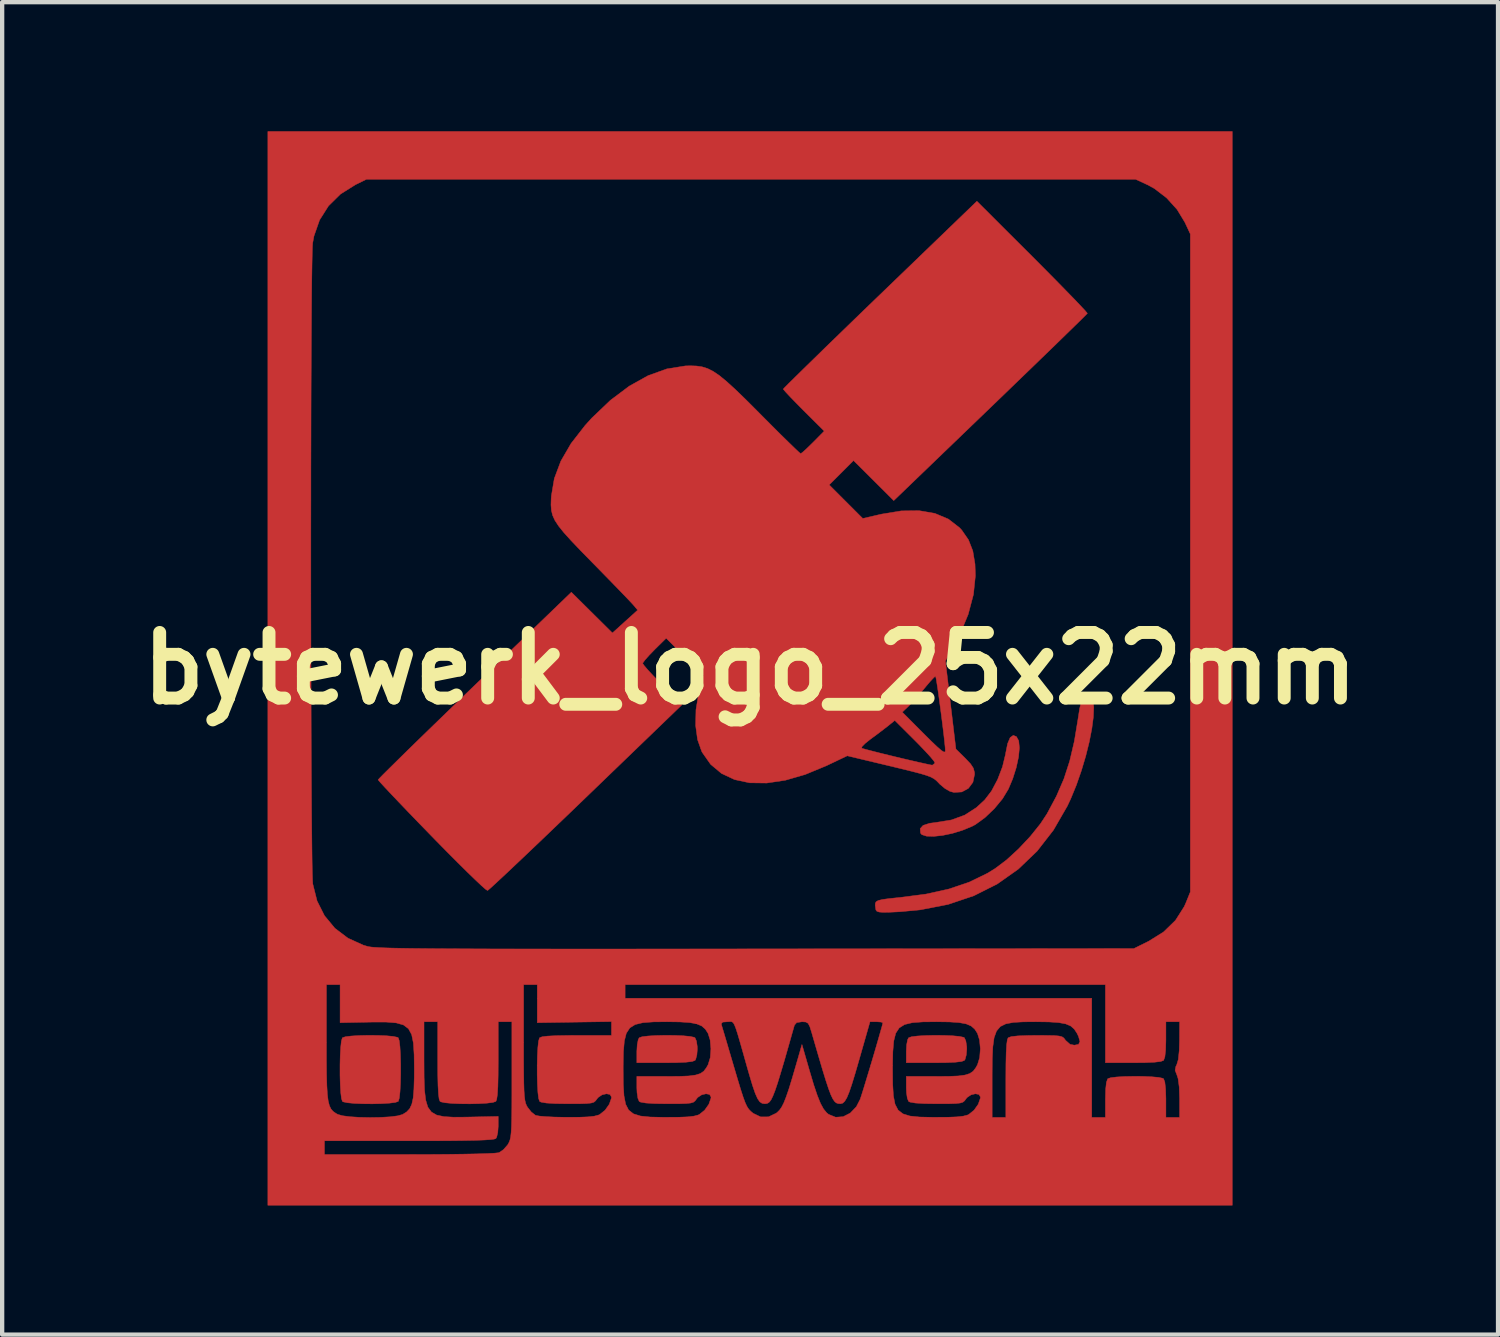
<source format=kicad_pcb>
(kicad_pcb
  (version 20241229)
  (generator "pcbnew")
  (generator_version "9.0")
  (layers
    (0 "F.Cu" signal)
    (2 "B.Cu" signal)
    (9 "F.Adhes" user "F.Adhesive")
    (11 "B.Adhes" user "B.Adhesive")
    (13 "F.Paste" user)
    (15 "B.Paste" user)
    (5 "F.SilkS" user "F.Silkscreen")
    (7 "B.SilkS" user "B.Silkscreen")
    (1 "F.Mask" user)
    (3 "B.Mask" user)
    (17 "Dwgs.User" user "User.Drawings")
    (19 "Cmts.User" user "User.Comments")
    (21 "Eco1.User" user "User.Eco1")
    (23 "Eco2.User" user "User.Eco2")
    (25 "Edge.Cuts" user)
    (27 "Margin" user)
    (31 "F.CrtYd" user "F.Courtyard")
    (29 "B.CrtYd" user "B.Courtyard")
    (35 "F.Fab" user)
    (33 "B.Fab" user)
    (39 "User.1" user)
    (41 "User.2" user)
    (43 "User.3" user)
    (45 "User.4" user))
  (footprint "bytewerk_logo_25x22mm"
    (layer "F.Cu")
    (at 14.376 12.478)
    (property "Reference" "bytewerk_logo_25x22mm" (at 0 0 0) (layer "F.SilkS") (effects (font (size 1.524 1.524) (thickness 0.3))))
    (attr through_hole)
    (fp_poly (pts (xy -1.758 8.527) (xy -1.559 8.535) (xy -1.399 8.55) (xy -1.298 8.571) (xy -1.279 8.582) (xy -1.246 8.657) (xy -1.227 8.785) (xy -1.225 8.845) (xy -1.236 8.982) (xy -1.264 9.085) (xy -1.279 9.108) (xy -1.346 9.133) (xy -1.493 9.15) (xy -1.722 9.16) (xy -1.982 9.162) (xy -2.631 9.162) (xy -2.631 8.899) (xy -2.622 8.747) (xy -2.599 8.628) (xy -2.576 8.582) (xy -2.508 8.558) (xy -2.37 8.541) (xy -2.185 8.53) (xy -1.974 8.525) (xy -1.758 8.527)) (stroke (width 0.01) (type solid)) (fill yes) (layer "F.Cu"))
    (fp_poly (pts (xy 4.501 8.527) (xy 4.7 8.535) (xy 4.86 8.55) (xy 4.961 8.571) (xy 4.98 8.582) (xy 5.013 8.657) (xy 5.033 8.785) (xy 5.035 8.845) (xy 5.023 8.982) (xy 4.995 9.085) (xy 4.98 9.108) (xy 4.913 9.133) (xy 4.766 9.15) (xy 4.537 9.16) (xy 4.277 9.162) (xy 3.629 9.162) (xy 3.629 8.899) (xy 3.637 8.747) (xy 3.66 8.628) (xy 3.683 8.582) (xy 3.752 8.558) (xy 3.889 8.541) (xy 4.074 8.53) (xy 4.285 8.525) (xy 4.501 8.527)) (stroke (width 0.01) (type solid)) (fill yes) (layer "F.Cu"))
    (fp_poly (pts (xy 6.189 1.586) (xy 6.242 1.684) (xy 6.257 1.848) (xy 6.237 2.06) (xy 6.184 2.305) (xy 6.101 2.567) (xy 6.001 2.804) (xy 5.865 3.029) (xy 5.675 3.259) (xy 5.457 3.467) (xy 5.237 3.627) (xy 5.159 3.669) (xy 4.936 3.761) (xy 4.701 3.833) (xy 4.472 3.881) (xy 4.266 3.903) (xy 4.1 3.898) (xy 3.991 3.863) (xy 3.96 3.827) (xy 3.952 3.723) (xy 4.02 3.648) (xy 4.17 3.599) (xy 4.314 3.58) (xy 4.679 3.521) (xy 4.986 3.409) (xy 5.258 3.234) (xy 5.452 3.055) (xy 5.61 2.848) (xy 5.752 2.58) (xy 5.865 2.284) (xy 5.936 1.99) (xy 5.939 1.967) (xy 5.984 1.745) (xy 6.043 1.607) (xy 6.115 1.556) (xy 6.189 1.586)) (stroke (width 0.01) (type solid)) (fill yes) (layer "F.Cu"))
    (fp_poly (pts (xy -8.652 8.527) (xy -8.454 8.535) (xy -8.293 8.55) (xy -8.193 8.571) (xy -8.173 8.582) (xy -8.151 8.649) (xy -8.134 8.786) (xy -8.123 8.975) (xy -8.117 9.194) (xy -8.117 9.424) (xy -8.122 9.646) (xy -8.133 9.838) (xy -8.149 9.982) (xy -8.171 10.057) (xy -8.173 10.06) (xy -8.242 10.084) (xy -8.38 10.101) (xy -8.565 10.112) (xy -8.776 10.117) (xy -8.991 10.115) (xy -9.19 10.107) (xy -9.351 10.092) (xy -9.451 10.071) (xy -9.471 10.06) (xy -9.493 9.993) (xy -9.51 9.855) (xy -9.521 9.667) (xy -9.527 9.448) (xy -9.527 9.217) (xy -9.522 8.996) (xy -9.511 8.804) (xy -9.495 8.66) (xy -9.473 8.585) (xy -9.471 8.582) (xy -9.402 8.558) (xy -9.264 8.541) (xy -9.079 8.53) (xy -8.868 8.525) (xy -8.652 8.527)) (stroke (width 0.01) (type solid)) (fill yes) (layer "F.Cu"))
    (fp_poly (pts (xy 7.877 0.607) (xy 7.911 0.632) (xy 7.964 0.73) (xy 7.985 0.899) (xy 7.976 1.127) (xy 7.94 1.401) (xy 7.88 1.709) (xy 7.798 2.039) (xy 7.697 2.377) (xy 7.58 2.713) (xy 7.449 3.032) (xy 7.371 3.198) (xy 7.049 3.756) (xy 6.669 4.245) (xy 6.233 4.663) (xy 5.743 5.009) (xy 5.198 5.283) (xy 4.601 5.484) (xy 3.953 5.61) (xy 3.482 5.654) (xy 3.252 5.665) (xy 3.097 5.668) (xy 3 5.661) (xy 2.948 5.644) (xy 2.924 5.614) (xy 2.923 5.611) (xy 2.907 5.503) (xy 2.911 5.457) (xy 2.929 5.421) (xy 2.978 5.393) (xy 3.071 5.37) (xy 3.224 5.349) (xy 3.452 5.325) (xy 3.483 5.322) (xy 4.087 5.244) (xy 4.618 5.126) (xy 5.089 4.967) (xy 5.511 4.762) (xy 5.692 4.651) (xy 5.96 4.449) (xy 6.241 4.191) (xy 6.511 3.903) (xy 6.746 3.61) (xy 6.899 3.378) (xy 7.118 2.968) (xy 7.291 2.568) (xy 7.426 2.152) (xy 7.533 1.696) (xy 7.614 1.206) (xy 7.657 0.934) (xy 7.702 0.745) (xy 7.751 0.633) (xy 7.808 0.589) (xy 7.877 0.607)) (stroke (width 0.01) (type solid)) (fill yes) (layer "F.Cu"))
    (fp_poly (pts (xy 6.559 -9.566) (xy 6.839 -9.285) (xy 7.098 -9.023) (xy 7.328 -8.788) (xy 7.524 -8.587) (xy 7.677 -8.426) (xy 7.783 -8.313) (xy 7.832 -8.254) (xy 7.836 -8.248) (xy 7.802 -8.212) (xy 7.708 -8.118) (xy 7.559 -7.972) (xy 7.361 -7.779) (xy 7.119 -7.543) (xy 6.838 -7.271) (xy 6.524 -6.967) (xy 6.181 -6.636) (xy 5.816 -6.283) (xy 5.581 -6.057) (xy 3.338 -3.898) (xy 2.871 -4.364) (xy 2.404 -4.829) (xy 2.121 -4.546) (xy 1.838 -4.263) (xy 2.618 -3.483) (xy 3.056 -3.584) (xy 3.513 -3.659) (xy 3.926 -3.664) (xy 4.293 -3.601) (xy 4.607 -3.469) (xy 4.864 -3.27) (xy 4.919 -3.211) (xy 5.075 -2.985) (xy 5.175 -2.729) (xy 5.226 -2.423) (xy 5.235 -2.154) (xy 5.19 -1.718) (xy 5.068 -1.256) (xy 4.871 -0.78) (xy 4.738 -0.529) (xy 4.538 -0.173) (xy 4.66 0.851) (xy 4.782 1.874) (xy 4.999 2.088) (xy 5.123 2.219) (xy 5.189 2.32) (xy 5.214 2.418) (xy 5.216 2.46) (xy 5.177 2.647) (xy 5.072 2.788) (xy 4.919 2.871) (xy 4.737 2.882) (xy 4.646 2.858) (xy 4.531 2.793) (xy 4.408 2.69) (xy 4.377 2.657) (xy 4.328 2.607) (xy 4.274 2.565) (xy 4.203 2.526) (xy 4.101 2.487) (xy 3.958 2.444) (xy 3.759 2.392) (xy 3.494 2.327) (xy 3.25 2.268) (xy 2.258 2.031) (xy 1.773 2.262) (xy 1.28 2.466) (xy 0.816 2.6) (xy 0.385 2.664) (xy -0.009 2.659) (xy -0.36 2.584) (xy -0.664 2.441) (xy -0.916 2.23) (xy -1.112 1.951) (xy -1.122 1.932) (xy -1.15 1.854) (xy 2.592 1.854) (xy 2.594 1.855) (xy 2.682 1.881) (xy 2.833 1.92) (xy 3.029 1.97) (xy 3.253 2.025) (xy 3.489 2.082) (xy 3.719 2.136) (xy 3.927 2.184) (xy 4.094 2.221) (xy 4.203 2.244) (xy 4.238 2.248) (xy 4.292 2.203) (xy 4.295 2.196) (xy 4.27 2.151) (xy 4.19 2.054) (xy 4.067 1.92) (xy 3.912 1.758) (xy 3.836 1.681) (xy 3.362 1.209) (xy 3.212 1.331) (xy 3.095 1.422) (xy 2.941 1.539) (xy 2.798 1.644) (xy 2.674 1.743) (xy 2.601 1.817) (xy 2.592 1.854) (xy -1.15 1.854) (xy -1.22 1.656) (xy -1.265 1.326) (xy -1.258 1.017) (xy 3.536 1.017) (xy 4.001 1.484) (xy 4.2 1.682) (xy 4.345 1.82) (xy 4.443 1.905) (xy 4.503 1.943) (xy 4.531 1.939) (xy 4.536 1.916) (xy 4.532 1.835) (xy 4.517 1.689) (xy 4.495 1.495) (xy 4.467 1.269) (xy 4.436 1.028) (xy 4.404 0.789) (xy 4.374 0.568) (xy 4.346 0.383) (xy 4.325 0.25) (xy 4.31 0.185) (xy 4.308 0.181) (xy 4.268 0.214) (xy 4.187 0.301) (xy 4.081 0.426) (xy 4.049 0.465) (xy 3.918 0.621) (xy 3.787 0.768) (xy 3.685 0.875) (xy 3.677 0.883) (xy 3.536 1.017) (xy -1.258 1.017) (xy -1.257 0.961) (xy -1.194 0.581) (xy -1.184 0.541) (xy -1.088 0.16) (xy -1.949 -0.701) (xy -2.222 -0.431) (xy -2.346 -0.303) (xy -2.441 -0.196) (xy -2.491 -0.127) (xy -2.495 -0.116) (xy -2.464 -0.069) (xy -2.381 0.029) (xy -2.255 0.165) (xy -2.1 0.326) (xy -2.038 0.388) (xy -1.582 0.846) (xy -3.813 2.997) (xy -4.19 3.36) (xy -4.548 3.703) (xy -4.882 4.023) (xy -5.188 4.314) (xy -5.458 4.57) (xy -5.688 4.787) (xy -5.873 4.959) (xy -6.006 5.082) (xy -6.083 5.149) (xy -6.1 5.161) (xy -6.143 5.133) (xy -6.242 5.046) (xy -6.389 4.907) (xy -6.578 4.724) (xy -6.801 4.503) (xy -7.052 4.251) (xy -7.323 3.975) (xy -7.398 3.898) (xy -7.672 3.616) (xy -7.925 3.354) (xy -8.15 3.119) (xy -8.341 2.918) (xy -8.49 2.759) (xy -8.592 2.648) (xy -8.638 2.593) (xy -8.641 2.588) (xy -8.609 2.552) (xy -8.517 2.458) (xy -8.37 2.312) (xy -8.173 2.118) (xy -7.933 1.882) (xy -7.653 1.609) (xy -7.34 1.305) (xy -6.998 0.974) (xy -6.633 0.621) (xy -6.396 0.393) (xy -4.152 -1.769) (xy -3.675 -1.296) (xy -3.198 -0.823) (xy -2.904 -1.089) (xy -2.611 -1.354) (xy -2.699 -1.459) (xy -2.753 -1.519) (xy -2.862 -1.634) (xy -3.016 -1.794) (xy -3.206 -1.99) (xy -3.422 -2.211) (xy -3.655 -2.449) (xy -3.934 -2.734) (xy -4.154 -2.965) (xy -4.324 -3.153) (xy -4.448 -3.307) (xy -4.534 -3.438) (xy -4.588 -3.557) (xy -4.616 -3.673) (xy -4.625 -3.797) (xy -4.621 -3.94) (xy -4.616 -4.009) (xy -4.548 -4.411) (xy -4.396 -4.816) (xy -4.158 -5.226) (xy -3.833 -5.644) (xy -3.676 -5.817) (xy -3.244 -6.229) (xy -2.808 -6.557) (xy -2.37 -6.801) (xy -1.934 -6.958) (xy -1.503 -7.027) (xy -1.387 -7.03) (xy -1.244 -7.025) (xy -1.115 -7.006) (xy -0.989 -6.967) (xy -0.858 -6.901) (xy -0.713 -6.803) (xy -0.545 -6.665) (xy -0.343 -6.481) (xy -0.1 -6.246) (xy 0.194 -5.952) (xy 0.267 -5.878) (xy 0.498 -5.646) (xy 0.708 -5.436) (xy 0.89 -5.258) (xy 1.034 -5.118) (xy 1.131 -5.026) (xy 1.175 -4.99) (xy 1.176 -4.989) (xy 1.219 -5.019) (xy 1.308 -5.099) (xy 1.426 -5.214) (xy 1.464 -5.251) (xy 1.723 -5.513) (xy 1.247 -5.987) (xy 1.08 -6.156) (xy 0.939 -6.301) (xy 0.834 -6.413) (xy 0.778 -6.478) (xy 0.771 -6.489) (xy 0.803 -6.524) (xy 0.895 -6.617) (xy 1.042 -6.762) (xy 1.238 -6.955) (xy 1.479 -7.19) (xy 1.758 -7.463) (xy 2.072 -7.767) (xy 2.413 -8.098) (xy 2.778 -8.451) (xy 3.021 -8.685) (xy 5.27 -10.853) (xy 6.559 -9.566)) (stroke (width 0.01) (type solid)) (fill yes) (layer "F.Cu"))
    (fp_poly (pts (xy 11.203 12.473) (xy -11.203 12.473) (xy -11.203 10.976) (xy -9.888 10.976) (xy -9.888 11.294) (xy -7.918 11.294) (xy -7.449 11.293) (xy -7.024 11.29) (xy -6.653 11.285) (xy -6.341 11.279) (xy -6.096 11.271) (xy -5.926 11.262) (xy -5.838 11.252) (xy -5.831 11.25) (xy -5.73 11.181) (xy -5.634 11.072) (xy -5.624 11.057) (xy -5.599 11.01) (xy -5.578 10.955) (xy -5.562 10.884) (xy -5.551 10.784) (xy -5.543 10.645) (xy -5.538 10.456) (xy -5.535 10.207) (xy -5.534 9.887) (xy -5.534 9.559) (xy -5.534 8.21) (xy -5.851 8.21) (xy -5.851 9.108) (xy -5.853 9.454) (xy -5.859 9.717) (xy -5.87 9.901) (xy -5.887 10.014) (xy -5.905 10.06) (xy -5.974 10.084) (xy -6.112 10.101) (xy -6.297 10.112) (xy -6.508 10.117) (xy -6.724 10.115) (xy -6.922 10.107) (xy -7.083 10.092) (xy -7.183 10.071) (xy -7.203 10.06) (xy -7.224 10.006) (xy -7.239 9.886) (xy -7.25 9.693) (xy -7.256 9.423) (xy -7.257 9.108) (xy -7.257 8.21) (xy -7.575 8.21) (xy -7.575 9.119) (xy -7.573 9.5) (xy -7.563 9.8) (xy -7.536 10.028) (xy -7.486 10.194) (xy -7.403 10.307) (xy -7.281 10.378) (xy -7.111 10.414) (xy -6.886 10.427) (xy -6.598 10.425) (xy -6.506 10.423) (xy -5.851 10.409) (xy -5.851 10.639) (xy -5.861 10.782) (xy -5.887 10.89) (xy -5.905 10.922) (xy -5.944 10.936) (xy -6.033 10.948) (xy -6.178 10.957) (xy -6.385 10.965) (xy -6.66 10.97) (xy -7.009 10.974) (xy -7.437 10.976) (xy -7.924 10.976) (xy -9.888 10.976) (xy -11.203 10.976) (xy -11.203 7.348) (xy -9.842 7.348) (xy -9.842 8.688) (xy -9.842 9.102) (xy -9.839 9.436) (xy -9.832 9.698) (xy -9.82 9.9) (xy -9.801 10.05) (xy -9.773 10.159) (xy -9.736 10.236) (xy -9.687 10.292) (xy -9.624 10.337) (xy -9.581 10.361) (xy -9.472 10.393) (xy -9.296 10.416) (xy -9.074 10.43) (xy -8.83 10.435) (xy -8.585 10.431) (xy -8.362 10.418) (xy -8.183 10.395) (xy -8.072 10.363) (xy -8.072 10.363) (xy -7.978 10.304) (xy -7.908 10.23) (xy -7.859 10.126) (xy -7.827 9.98) (xy -7.81 9.778) (xy -7.802 9.506) (xy -7.801 9.321) (xy -7.805 8.973) (xy -7.822 8.706) (xy -7.862 8.509) (xy -7.936 8.372) (xy -8.052 8.284) (xy -8.222 8.236) (xy -8.456 8.217) (xy -8.762 8.217) (xy -8.87 8.219) (xy -9.525 8.232) (xy -9.525 7.79) (xy -9.525 7.348) (xy -5.261 7.348) (xy -5.261 8.697) (xy -5.261 9.085) (xy -5.259 9.392) (xy -5.256 9.63) (xy -5.251 9.809) (xy -5.242 9.941) (xy -5.23 10.036) (xy -5.214 10.104) (xy -5.193 10.156) (xy -5.17 10.196) (xy -5.084 10.305) (xy -4.99 10.38) (xy -4.978 10.385) (xy -4.896 10.401) (xy -4.744 10.414) (xy -4.541 10.424) (xy -4.308 10.429) (xy -4.25 10.429) (xy -3.969 10.428) (xy -3.764 10.419) (xy -3.619 10.403) (xy -3.521 10.377) (xy -3.491 10.363) (xy -3.369 10.265) (xy -3.271 10.127) (xy -3.222 9.985) (xy -3.22 9.958) (xy -3.254 9.899) (xy -3.336 9.883) (xy -3.438 9.907) (xy -3.529 9.968) (xy -3.556 10.001) (xy -3.59 10.047) (xy -3.629 10.079) (xy -3.692 10.098) (xy -3.793 10.109) (xy -3.95 10.114) (xy -4.177 10.115) (xy -4.233 10.115) (xy -4.527 10.111) (xy -4.734 10.098) (xy -4.856 10.077) (xy -4.889 10.06) (xy -4.912 9.993) (xy -4.929 9.855) (xy -4.94 9.667) (xy -4.946 9.448) (xy -4.946 9.321) (xy -2.948 9.321) (xy -2.945 9.666) (xy -2.929 9.93) (xy -2.891 10.125) (xy -2.821 10.261) (xy -2.709 10.349) (xy -2.545 10.4) (xy -2.32 10.423) (xy -2.025 10.43) (xy -1.937 10.43) (xy -1.655 10.428) (xy -1.449 10.419) (xy -1.304 10.402) (xy -1.206 10.376) (xy -1.178 10.363) (xy -1.056 10.265) (xy -0.958 10.127) (xy -0.909 9.985) (xy -0.907 9.958) (xy -0.941 9.899) (xy -1.023 9.883) (xy -1.124 9.907) (xy -1.216 9.968) (xy -1.243 10.001) (xy -1.276 10.047) (xy -1.316 10.079) (xy -1.379 10.098) (xy -1.48 10.109) (xy -1.636 10.114) (xy -1.864 10.115) (xy -1.92 10.115) (xy -2.214 10.111) (xy -2.421 10.098) (xy -2.543 10.077) (xy -2.576 10.06) (xy -2.606 9.988) (xy -2.626 9.857) (xy -2.631 9.743) (xy -2.631 9.48) (xy -1.938 9.48) (xy -1.642 9.478) (xy -1.423 9.469) (xy -1.266 9.448) (xy -1.155 9.413) (xy -1.076 9.359) (xy -1.016 9.28) (xy -0.975 9.207) (xy -0.925 9.043) (xy -0.91 8.838) (xy -0.928 8.634) (xy -0.976 8.48) (xy -1.04 8.381) (xy -1.123 8.308) (xy -1.24 8.259) (xy -1.292 8.249) (xy -0.668 8.249) (xy -0.662 8.289) (xy -0.642 8.356) (xy -0.6 8.495) (xy -0.542 8.691) (xy -0.472 8.93) (xy -0.393 9.197) (xy -0.385 9.225) (xy -0.291 9.542) (xy -0.218 9.783) (xy -0.16 9.962) (xy -0.113 10.09) (xy -0.071 10.179) (xy -0.03 10.242) (xy 0.016 10.29) (xy 0.071 10.336) (xy 0.074 10.338) (xy 0.245 10.42) (xy 0.429 10.419) (xy 0.607 10.334) (xy 0.631 10.315) (xy 0.684 10.263) (xy 0.733 10.194) (xy 0.783 10.096) (xy 0.837 9.96) (xy 0.901 9.774) (xy 0.977 9.527) (xy 1.07 9.208) (xy 1.122 9.029) (xy 1.205 8.738) (xy 1.381 9.347) (xy 1.478 9.673) (xy 1.562 9.922) (xy 1.636 10.106) (xy 1.707 10.236) (xy 1.779 10.324) (xy 1.824 10.361) (xy 1.989 10.428) (xy 2.163 10.415) (xy 2.328 10.331) (xy 2.469 10.184) (xy 2.558 10.011) (xy 2.589 9.917) (xy 2.638 9.762) (xy 2.699 9.561) (xy 2.769 9.33) (xy 2.772 9.321) (xy 3.311 9.321) (xy 3.314 9.666) (xy 3.33 9.93) (xy 3.368 10.125) (xy 3.439 10.261) (xy 3.551 10.349) (xy 3.714 10.4) (xy 3.939 10.423) (xy 4.234 10.43) (xy 4.323 10.43) (xy 4.604 10.428) (xy 4.81 10.419) (xy 4.955 10.402) (xy 5.054 10.376) (xy 5.081 10.363) (xy 5.203 10.265) (xy 5.301 10.127) (xy 5.35 9.985) (xy 5.352 9.958) (xy 5.318 9.899) (xy 5.236 9.883) (xy 5.135 9.907) (xy 5.043 9.968) (xy 5.016 10.001) (xy 4.983 10.047) (xy 4.943 10.079) (xy 4.881 10.098) (xy 4.779 10.109) (xy 4.623 10.114) (xy 4.395 10.115) (xy 4.34 10.115) (xy 4.045 10.111) (xy 3.838 10.098) (xy 3.717 10.077) (xy 3.683 10.06) (xy 3.653 9.988) (xy 3.634 9.857) (xy 3.629 9.743) (xy 3.629 9.523) (xy 5.624 9.523) (xy 5.624 10.432) (xy 5.942 10.432) (xy 5.942 9.534) (xy 5.944 9.187) (xy 5.95 8.925) (xy 5.961 8.741) (xy 5.977 8.627) (xy 5.996 8.582) (xy 6.068 8.555) (xy 6.222 8.538) (xy 6.463 8.529) (xy 6.653 8.527) (xy 6.897 8.528) (xy 7.066 8.531) (xy 7.177 8.541) (xy 7.246 8.558) (xy 7.289 8.587) (xy 7.322 8.63) (xy 7.329 8.641) (xy 7.435 8.735) (xy 7.535 8.754) (xy 7.632 8.735) (xy 7.664 8.67) (xy 7.631 8.552) (xy 7.597 8.48) (xy 7.532 8.381) (xy 7.449 8.308) (xy 7.333 8.259) (xy 7.169 8.229) (xy 6.943 8.214) (xy 6.645 8.21) (xy 6.35 8.212) (xy 6.119 8.225) (xy 5.942 8.258) (xy 5.814 8.321) (xy 5.726 8.425) (xy 5.67 8.578) (xy 5.64 8.791) (xy 5.627 9.072) (xy 5.624 9.433) (xy 5.624 9.523) (xy 3.629 9.523) (xy 3.629 9.48) (xy 4.322 9.48) (xy 4.617 9.478) (xy 4.836 9.469) (xy 4.994 9.448) (xy 5.104 9.413) (xy 5.183 9.359) (xy 5.243 9.28) (xy 5.284 9.207) (xy 5.334 9.043) (xy 5.35 8.838) (xy 5.331 8.634) (xy 5.283 8.48) (xy 5.219 8.381) (xy 5.136 8.308) (xy 5.02 8.259) (xy 4.856 8.229) (xy 4.63 8.214) (xy 4.332 8.21) (xy 4.014 8.213) (xy 3.771 8.231) (xy 3.591 8.274) (xy 3.465 8.353) (xy 3.384 8.477) (xy 3.338 8.658) (xy 3.317 8.906) (xy 3.311 9.232) (xy 3.311 9.321) (xy 2.772 9.321) (xy 2.842 9.086) (xy 2.913 8.845) (xy 2.977 8.624) (xy 3.03 8.438) (xy 3.068 8.304) (xy 3.084 8.237) (xy 3.084 8.234) (xy 3.045 8.217) (xy 2.948 8.21) (xy 2.935 8.21) (xy 2.786 8.21) (xy 2.543 9.06) (xy 2.446 9.396) (xy 2.367 9.654) (xy 2.303 9.843) (xy 2.249 9.974) (xy 2.2 10.056) (xy 2.154 10.1) (xy 2.106 10.114) (xy 2.097 10.114) (xy 2.048 10.111) (xy 2.004 10.096) (xy 1.964 10.062) (xy 1.922 10.001) (xy 1.876 9.904) (xy 1.823 9.763) (xy 1.759 9.57) (xy 1.681 9.316) (xy 1.586 8.994) (xy 1.47 8.595) (xy 1.434 8.47) (xy 1.389 8.325) (xy 1.349 8.247) (xy 1.296 8.216) (xy 1.212 8.21) (xy 1.206 8.21) (xy 1.083 8.229) (xy 1.031 8.289) (xy 0.904 8.736) (xy 0.799 9.104) (xy 0.711 9.4) (xy 0.64 9.632) (xy 0.581 9.807) (xy 0.531 9.934) (xy 0.489 10.021) (xy 0.45 10.074) (xy 0.411 10.102) (xy 0.371 10.113) (xy 0.34 10.115) (xy 0.279 10.105) (xy 0.225 10.069) (xy 0.174 9.995) (xy 0.12 9.873) (xy 0.057 9.69) (xy -0.019 9.436) (xy -0.065 9.276) (xy -0.159 8.942) (xy -0.232 8.686) (xy -0.287 8.497) (xy -0.33 8.365) (xy -0.364 8.279) (xy -0.393 8.231) (xy -0.423 8.21) (xy -0.457 8.206) (xy -0.499 8.209) (xy -0.528 8.21) (xy -0.633 8.218) (xy -0.668 8.249) (xy -1.292 8.249) (xy -1.404 8.229) (xy -1.63 8.214) (xy -1.928 8.21) (xy -2.245 8.213) (xy -2.489 8.231) (xy -2.668 8.274) (xy -2.794 8.353) (xy -2.875 8.477) (xy -2.921 8.658) (xy -2.942 8.906) (xy -2.948 9.232) (xy -2.948 9.321) (xy -4.946 9.321) (xy -4.946 9.217) (xy -4.941 8.996) (xy -4.93 8.804) (xy -4.914 8.66) (xy -4.892 8.585) (xy -4.889 8.582) (xy -4.832 8.559) (xy -4.704 8.543) (xy -4.502 8.533) (xy -4.218 8.528) (xy -4.028 8.527) (xy -3.22 8.527) (xy -3.22 8.206) (xy -4.944 8.232) (xy -4.944 7.348) (xy -2.903 7.348) (xy -2.903 7.665) (xy 7.938 7.665) (xy 7.938 10.432) (xy 8.255 10.432) (xy 8.255 10.01) (xy 8.261 9.779) (xy 8.279 9.617) (xy 8.308 9.536) (xy 8.309 9.534) (xy 8.378 9.51) (xy 8.516 9.493) (xy 8.701 9.482) (xy 8.912 9.478) (xy 9.128 9.479) (xy 9.326 9.488) (xy 9.487 9.502) (xy 9.587 9.523) (xy 9.607 9.534) (xy 9.636 9.612) (xy 9.654 9.769) (xy 9.661 9.998) (xy 9.661 10.01) (xy 9.661 10.432) (xy 9.979 10.432) (xy 9.979 9.999) (xy 9.97 9.725) (xy 9.944 9.531) (xy 9.915 9.442) (xy 9.875 9.339) (xy 9.891 9.251) (xy 9.913 9.207) (xy 9.949 9.086) (xy 9.97 8.883) (xy 9.977 8.652) (xy 9.979 8.21) (xy 9.661 8.21) (xy 9.661 8.631) (xy 9.655 8.863) (xy 9.637 9.025) (xy 9.608 9.106) (xy 9.607 9.108) (xy 9.539 9.133) (xy 9.393 9.15) (xy 9.163 9.16) (xy 8.904 9.162) (xy 8.255 9.162) (xy 8.255 7.348) (xy -2.903 7.348) (xy -4.944 7.348) (xy -5.261 7.348) (xy -9.525 7.348) (xy -9.842 7.348) (xy -11.203 7.348) (xy -11.203 -2.464) (xy -10.204 -2.464) (xy -10.204 -1.742) (xy -10.203 -1.026) (xy -10.202 -0.322) (xy -10.2 0.364) (xy -10.198 1.027) (xy -10.196 1.659) (xy -10.193 2.256) (xy -10.19 2.81) (xy -10.187 3.317) (xy -10.183 3.769) (xy -10.179 4.161) (xy -10.175 4.487) (xy -10.17 4.741) (xy -10.164 4.917) (xy -10.159 5.009) (xy -10.158 5.012) (xy -10.06 5.402) (xy -9.887 5.746) (xy -9.645 6.038) (xy -9.342 6.268) (xy -8.985 6.43) (xy -8.889 6.459) (xy -8.85 6.467) (xy -8.794 6.475) (xy -8.716 6.481) (xy -8.614 6.487) (xy -8.483 6.493) (xy -8.319 6.498) (xy -8.119 6.502) (xy -7.88 6.506) (xy -7.597 6.509) (xy -7.266 6.512) (xy -6.884 6.514) (xy -6.448 6.516) (xy -5.953 6.518) (xy -5.396 6.519) (xy -4.773 6.519) (xy -4.08 6.52) (xy -3.314 6.52) (xy -2.47 6.519) (xy -1.546 6.519) (xy -0.537 6.518) (xy 0.138 6.517) (xy 8.917 6.509) (xy 9.264 6.337) (xy 9.608 6.122) (xy 9.884 5.853) (xy 10.086 5.535) (xy 10.127 5.443) (xy 10.228 5.193) (xy 10.228 -10.092) (xy 10.101 -10.364) (xy 9.92 -10.662) (xy 9.676 -10.931) (xy 9.393 -11.148) (xy 9.235 -11.234) (xy 8.958 -11.362) (xy -8.913 -11.362) (xy -9.168 -11.237) (xy -9.515 -11.019) (xy -9.794 -10.744) (xy -10.001 -10.417) (xy -10.132 -10.043) (xy -10.161 -9.884) (xy -10.167 -9.8) (xy -10.172 -9.63) (xy -10.177 -9.382) (xy -10.182 -9.061) (xy -10.186 -8.673) (xy -10.189 -8.225) (xy -10.192 -7.723) (xy -10.195 -7.172) (xy -10.198 -6.578) (xy -10.2 -5.948) (xy -10.201 -5.288) (xy -10.203 -4.603) (xy -10.203 -3.9) (xy -10.204 -3.185) (xy -10.204 -2.464) (xy -11.203 -2.464) (xy -11.203 -12.473) (xy 11.203 -12.473) (xy 11.203 12.473)) (stroke (width 0.01) (type solid)) (fill yes) (layer "F.Cu"))
    (fp_poly (pts (xy -1.758 8.527) (xy -1.559 8.535) (xy -1.399 8.55) (xy -1.298 8.571) (xy -1.279 8.582) (xy -1.246 8.657) (xy -1.227 8.785) (xy -1.225 8.845) (xy -1.236 8.982) (xy -1.264 9.085) (xy -1.279 9.108) (xy -1.346 9.133) (xy -1.493 9.15) (xy -1.722 9.16) (xy -1.982 9.162) (xy -2.631 9.162) (xy -2.631 8.899) (xy -2.622 8.747) (xy -2.599 8.628) (xy -2.576 8.582) (xy -2.508 8.558) (xy -2.37 8.541) (xy -2.185 8.53) (xy -1.974 8.525) (xy -1.758 8.527)) (stroke (width 0.01) (type solid)) (fill yes) (layer "F.Mask"))
    (fp_poly (pts (xy 4.501 8.527) (xy 4.7 8.535) (xy 4.86 8.55) (xy 4.961 8.571) (xy 4.98 8.582) (xy 5.013 8.657) (xy 5.033 8.785) (xy 5.035 8.845) (xy 5.023 8.982) (xy 4.995 9.085) (xy 4.98 9.108) (xy 4.913 9.133) (xy 4.766 9.15) (xy 4.537 9.16) (xy 4.277 9.162) (xy 3.629 9.162) (xy 3.629 8.899) (xy 3.637 8.747) (xy 3.66 8.628) (xy 3.683 8.582) (xy 3.752 8.558) (xy 3.889 8.541) (xy 4.074 8.53) (xy 4.285 8.525) (xy 4.501 8.527)) (stroke (width 0.01) (type solid)) (fill yes) (layer "F.Mask"))
    (fp_poly (pts (xy 6.189 1.586) (xy 6.242 1.684) (xy 6.257 1.848) (xy 6.237 2.06) (xy 6.184 2.305) (xy 6.101 2.567) (xy 6.001 2.804) (xy 5.865 3.029) (xy 5.675 3.259) (xy 5.457 3.467) (xy 5.237 3.627) (xy 5.159 3.669) (xy 4.936 3.761) (xy 4.701 3.833) (xy 4.472 3.881) (xy 4.266 3.903) (xy 4.1 3.898) (xy 3.991 3.863) (xy 3.96 3.827) (xy 3.952 3.723) (xy 4.02 3.648) (xy 4.17 3.599) (xy 4.314 3.58) (xy 4.679 3.521) (xy 4.986 3.409) (xy 5.258 3.234) (xy 5.452 3.055) (xy 5.61 2.848) (xy 5.752 2.58) (xy 5.865 2.284) (xy 5.936 1.99) (xy 5.939 1.967) (xy 5.984 1.745) (xy 6.043 1.607) (xy 6.115 1.556) (xy 6.189 1.586)) (stroke (width 0.01) (type solid)) (fill yes) (layer "F.Mask"))
    (fp_poly (pts (xy -8.652 8.527) (xy -8.454 8.535) (xy -8.293 8.55) (xy -8.193 8.571) (xy -8.173 8.582) (xy -8.151 8.649) (xy -8.134 8.786) (xy -8.123 8.975) (xy -8.117 9.194) (xy -8.117 9.424) (xy -8.122 9.646) (xy -8.133 9.838) (xy -8.149 9.982) (xy -8.171 10.057) (xy -8.173 10.06) (xy -8.242 10.084) (xy -8.38 10.101) (xy -8.565 10.112) (xy -8.776 10.117) (xy -8.991 10.115) (xy -9.19 10.107) (xy -9.351 10.092) (xy -9.451 10.071) (xy -9.471 10.06) (xy -9.493 9.993) (xy -9.51 9.855) (xy -9.521 9.667) (xy -9.527 9.448) (xy -9.527 9.217) (xy -9.522 8.996) (xy -9.511 8.804) (xy -9.495 8.66) (xy -9.473 8.585) (xy -9.471 8.582) (xy -9.402 8.558) (xy -9.264 8.541) (xy -9.079 8.53) (xy -8.868 8.525) (xy -8.652 8.527)) (stroke (width 0.01) (type solid)) (fill yes) (layer "F.Mask"))
    (fp_poly (pts (xy 7.877 0.607) (xy 7.911 0.632) (xy 7.964 0.73) (xy 7.985 0.899) (xy 7.976 1.127) (xy 7.94 1.401) (xy 7.88 1.709) (xy 7.798 2.039) (xy 7.697 2.377) (xy 7.58 2.713) (xy 7.449 3.032) (xy 7.371 3.198) (xy 7.049 3.756) (xy 6.669 4.245) (xy 6.233 4.663) (xy 5.743 5.009) (xy 5.198 5.283) (xy 4.601 5.484) (xy 3.953 5.61) (xy 3.482 5.654) (xy 3.252 5.665) (xy 3.097 5.668) (xy 3 5.661) (xy 2.948 5.644) (xy 2.924 5.614) (xy 2.923 5.611) (xy 2.907 5.503) (xy 2.911 5.457) (xy 2.929 5.421) (xy 2.978 5.393) (xy 3.071 5.37) (xy 3.224 5.349) (xy 3.452 5.325) (xy 3.483 5.322) (xy 4.087 5.244) (xy 4.618 5.126) (xy 5.089 4.967) (xy 5.511 4.762) (xy 5.692 4.651) (xy 5.96 4.449) (xy 6.241 4.191) (xy 6.511 3.903) (xy 6.746 3.61) (xy 6.899 3.378) (xy 7.118 2.968) (xy 7.291 2.568) (xy 7.426 2.152) (xy 7.533 1.696) (xy 7.614 1.206) (xy 7.657 0.934) (xy 7.702 0.745) (xy 7.751 0.633) (xy 7.808 0.589) (xy 7.877 0.607)) (stroke (width 0.01) (type solid)) (fill yes) (layer "F.Mask"))
    (fp_poly (pts (xy 6.559 -9.566) (xy 6.839 -9.285) (xy 7.098 -9.023) (xy 7.328 -8.788) (xy 7.524 -8.587) (xy 7.677 -8.426) (xy 7.783 -8.313) (xy 7.832 -8.254) (xy 7.836 -8.248) (xy 7.802 -8.212) (xy 7.708 -8.118) (xy 7.559 -7.972) (xy 7.361 -7.779) (xy 7.119 -7.543) (xy 6.838 -7.271) (xy 6.524 -6.967) (xy 6.181 -6.636) (xy 5.816 -6.283) (xy 5.581 -6.057) (xy 3.338 -3.898) (xy 2.871 -4.364) (xy 2.404 -4.829) (xy 2.121 -4.546) (xy 1.838 -4.263) (xy 2.618 -3.483) (xy 3.056 -3.584) (xy 3.513 -3.659) (xy 3.926 -3.664) (xy 4.293 -3.601) (xy 4.607 -3.469) (xy 4.864 -3.27) (xy 4.919 -3.211) (xy 5.075 -2.985) (xy 5.175 -2.729) (xy 5.226 -2.423) (xy 5.235 -2.154) (xy 5.19 -1.718) (xy 5.068 -1.256) (xy 4.871 -0.78) (xy 4.738 -0.529) (xy 4.538 -0.173) (xy 4.66 0.851) (xy 4.782 1.874) (xy 4.999 2.088) (xy 5.123 2.219) (xy 5.189 2.32) (xy 5.214 2.418) (xy 5.216 2.46) (xy 5.177 2.647) (xy 5.072 2.788) (xy 4.919 2.871) (xy 4.737 2.882) (xy 4.646 2.858) (xy 4.531 2.793) (xy 4.408 2.69) (xy 4.377 2.657) (xy 4.328 2.607) (xy 4.274 2.565) (xy 4.203 2.526) (xy 4.101 2.487) (xy 3.958 2.444) (xy 3.759 2.392) (xy 3.494 2.327) (xy 3.25 2.268) (xy 2.258 2.031) (xy 1.773 2.262) (xy 1.28 2.466) (xy 0.816 2.6) (xy 0.385 2.664) (xy -0.009 2.659) (xy -0.36 2.584) (xy -0.664 2.441) (xy -0.916 2.23) (xy -1.112 1.951) (xy -1.122 1.932) (xy -1.15 1.854) (xy 2.592 1.854) (xy 2.594 1.855) (xy 2.682 1.881) (xy 2.833 1.92) (xy 3.029 1.97) (xy 3.253 2.025) (xy 3.489 2.082) (xy 3.719 2.136) (xy 3.927 2.184) (xy 4.094 2.221) (xy 4.203 2.244) (xy 4.238 2.248) (xy 4.292 2.203) (xy 4.295 2.196) (xy 4.27 2.151) (xy 4.19 2.054) (xy 4.067 1.92) (xy 3.912 1.758) (xy 3.836 1.681) (xy 3.362 1.209) (xy 3.212 1.331) (xy 3.095 1.422) (xy 2.941 1.539) (xy 2.798 1.644) (xy 2.674 1.743) (xy 2.601 1.817) (xy 2.592 1.854) (xy -1.15 1.854) (xy -1.22 1.656) (xy -1.265 1.326) (xy -1.258 1.017) (xy 3.536 1.017) (xy 4.001 1.484) (xy 4.2 1.682) (xy 4.345 1.82) (xy 4.443 1.905) (xy 4.503 1.943) (xy 4.531 1.939) (xy 4.536 1.916) (xy 4.532 1.835) (xy 4.517 1.689) (xy 4.495 1.495) (xy 4.467 1.269) (xy 4.436 1.028) (xy 4.404 0.789) (xy 4.374 0.568) (xy 4.346 0.383) (xy 4.325 0.25) (xy 4.31 0.185) (xy 4.308 0.181) (xy 4.268 0.214) (xy 4.187 0.301) (xy 4.081 0.426) (xy 4.049 0.465) (xy 3.918 0.621) (xy 3.787 0.768) (xy 3.685 0.875) (xy 3.677 0.883) (xy 3.536 1.017) (xy -1.258 1.017) (xy -1.257 0.961) (xy -1.194 0.581) (xy -1.184 0.541) (xy -1.088 0.16) (xy -1.949 -0.701) (xy -2.222 -0.431) (xy -2.346 -0.303) (xy -2.441 -0.196) (xy -2.491 -0.127) (xy -2.495 -0.116) (xy -2.464 -0.069) (xy -2.381 0.029) (xy -2.255 0.165) (xy -2.1 0.326) (xy -2.038 0.388) (xy -1.582 0.846) (xy -3.813 2.997) (xy -4.19 3.36) (xy -4.548 3.703) (xy -4.882 4.023) (xy -5.188 4.314) (xy -5.458 4.57) (xy -5.688 4.787) (xy -5.873 4.959) (xy -6.006 5.082) (xy -6.083 5.149) (xy -6.1 5.161) (xy -6.143 5.133) (xy -6.242 5.046) (xy -6.389 4.907) (xy -6.578 4.724) (xy -6.801 4.503) (xy -7.052 4.251) (xy -7.323 3.975) (xy -7.398 3.898) (xy -7.672 3.616) (xy -7.925 3.354) (xy -8.15 3.119) (xy -8.341 2.918) (xy -8.49 2.759) (xy -8.592 2.648) (xy -8.638 2.593) (xy -8.641 2.588) (xy -8.609 2.552) (xy -8.517 2.458) (xy -8.37 2.312) (xy -8.173 2.118) (xy -7.933 1.882) (xy -7.653 1.609) (xy -7.34 1.305) (xy -6.998 0.974) (xy -6.633 0.621) (xy -6.396 0.393) (xy -4.152 -1.769) (xy -3.675 -1.296) (xy -3.198 -0.823) (xy -2.904 -1.089) (xy -2.611 -1.354) (xy -2.699 -1.459) (xy -2.753 -1.519) (xy -2.862 -1.634) (xy -3.016 -1.794) (xy -3.206 -1.99) (xy -3.422 -2.211) (xy -3.655 -2.449) (xy -3.934 -2.734) (xy -4.154 -2.965) (xy -4.324 -3.153) (xy -4.448 -3.307) (xy -4.534 -3.438) (xy -4.588 -3.557) (xy -4.616 -3.673) (xy -4.625 -3.797) (xy -4.621 -3.94) (xy -4.616 -4.009) (xy -4.548 -4.411) (xy -4.396 -4.816) (xy -4.158 -5.226) (xy -3.833 -5.644) (xy -3.676 -5.817) (xy -3.244 -6.229) (xy -2.808 -6.557) (xy -2.37 -6.801) (xy -1.934 -6.958) (xy -1.503 -7.027) (xy -1.387 -7.03) (xy -1.244 -7.025) (xy -1.115 -7.006) (xy -0.989 -6.967) (xy -0.858 -6.901) (xy -0.713 -6.803) (xy -0.545 -6.665) (xy -0.343 -6.481) (xy -0.1 -6.246) (xy 0.194 -5.952) (xy 0.267 -5.878) (xy 0.498 -5.646) (xy 0.708 -5.436) (xy 0.89 -5.258) (xy 1.034 -5.118) (xy 1.131 -5.026) (xy 1.175 -4.99) (xy 1.176 -4.989) (xy 1.219 -5.019) (xy 1.308 -5.099) (xy 1.426 -5.214) (xy 1.464 -5.251) (xy 1.723 -5.513) (xy 1.247 -5.987) (xy 1.08 -6.156) (xy 0.939 -6.301) (xy 0.834 -6.413) (xy 0.778 -6.478) (xy 0.771 -6.489) (xy 0.803 -6.524) (xy 0.895 -6.617) (xy 1.042 -6.762) (xy 1.238 -6.955) (xy 1.479 -7.19) (xy 1.758 -7.463) (xy 2.072 -7.767) (xy 2.413 -8.098) (xy 2.778 -8.451) (xy 3.021 -8.685) (xy 5.27 -10.853) (xy 6.559 -9.566)) (stroke (width 0.01) (type solid)) (fill yes) (layer "F.Mask"))
    (fp_poly (pts (xy 11.203 12.473) (xy -11.203 12.473) (xy -11.203 10.976) (xy -9.888 10.976) (xy -9.888 11.294) (xy -7.918 11.294) (xy -7.449 11.293) (xy -7.024 11.29) (xy -6.653 11.285) (xy -6.341 11.279) (xy -6.096 11.271) (xy -5.926 11.262) (xy -5.838 11.252) (xy -5.831 11.25) (xy -5.73 11.181) (xy -5.634 11.072) (xy -5.624 11.057) (xy -5.599 11.01) (xy -5.578 10.955) (xy -5.562 10.884) (xy -5.551 10.784) (xy -5.543 10.645) (xy -5.538 10.456) (xy -5.535 10.207) (xy -5.534 9.887) (xy -5.534 9.559) (xy -5.534 8.21) (xy -5.851 8.21) (xy -5.851 9.108) (xy -5.853 9.454) (xy -5.859 9.717) (xy -5.87 9.901) (xy -5.887 10.014) (xy -5.905 10.06) (xy -5.974 10.084) (xy -6.112 10.101) (xy -6.297 10.112) (xy -6.508 10.117) (xy -6.724 10.115) (xy -6.922 10.107) (xy -7.083 10.092) (xy -7.183 10.071) (xy -7.203 10.06) (xy -7.224 10.006) (xy -7.239 9.886) (xy -7.25 9.693) (xy -7.256 9.423) (xy -7.257 9.108) (xy -7.257 8.21) (xy -7.575 8.21) (xy -7.575 9.119) (xy -7.573 9.5) (xy -7.563 9.8) (xy -7.536 10.028) (xy -7.486 10.194) (xy -7.403 10.307) (xy -7.281 10.378) (xy -7.111 10.414) (xy -6.886 10.427) (xy -6.598 10.425) (xy -6.506 10.423) (xy -5.851 10.409) (xy -5.851 10.639) (xy -5.861 10.782) (xy -5.887 10.89) (xy -5.905 10.922) (xy -5.944 10.936) (xy -6.033 10.948) (xy -6.178 10.957) (xy -6.385 10.965) (xy -6.66 10.97) (xy -7.009 10.974) (xy -7.437 10.976) (xy -7.924 10.976) (xy -9.888 10.976) (xy -11.203 10.976) (xy -11.203 7.348) (xy -9.842 7.348) (xy -9.842 8.688) (xy -9.842 9.102) (xy -9.839 9.436) (xy -9.832 9.698) (xy -9.82 9.9) (xy -9.801 10.05) (xy -9.773 10.159) (xy -9.736 10.236) (xy -9.687 10.292) (xy -9.624 10.337) (xy -9.581 10.361) (xy -9.472 10.393) (xy -9.296 10.416) (xy -9.074 10.43) (xy -8.83 10.435) (xy -8.585 10.431) (xy -8.362 10.418) (xy -8.183 10.395) (xy -8.072 10.363) (xy -8.072 10.363) (xy -7.978 10.304) (xy -7.908 10.23) (xy -7.859 10.126) (xy -7.827 9.98) (xy -7.81 9.778) (xy -7.802 9.506) (xy -7.801 9.321) (xy -7.805 8.973) (xy -7.822 8.706) (xy -7.862 8.509) (xy -7.936 8.372) (xy -8.052 8.284) (xy -8.222 8.236) (xy -8.456 8.217) (xy -8.762 8.217) (xy -8.87 8.219) (xy -9.525 8.232) (xy -9.525 7.79) (xy -9.525 7.348) (xy -5.261 7.348) (xy -5.261 8.697) (xy -5.261 9.085) (xy -5.259 9.392) (xy -5.256 9.63) (xy -5.251 9.809) (xy -5.242 9.941) (xy -5.23 10.036) (xy -5.214 10.104) (xy -5.193 10.156) (xy -5.17 10.196) (xy -5.084 10.305) (xy -4.99 10.38) (xy -4.978 10.385) (xy -4.896 10.401) (xy -4.744 10.414) (xy -4.541 10.424) (xy -4.308 10.429) (xy -4.25 10.429) (xy -3.969 10.428) (xy -3.764 10.419) (xy -3.619 10.403) (xy -3.521 10.377) (xy -3.491 10.363) (xy -3.369 10.265) (xy -3.271 10.127) (xy -3.222 9.985) (xy -3.22 9.958) (xy -3.254 9.899) (xy -3.336 9.883) (xy -3.438 9.907) (xy -3.529 9.968) (xy -3.556 10.001) (xy -3.59 10.047) (xy -3.629 10.079) (xy -3.692 10.098) (xy -3.793 10.109) (xy -3.95 10.114) (xy -4.177 10.115) (xy -4.233 10.115) (xy -4.527 10.111) (xy -4.734 10.098) (xy -4.856 10.077) (xy -4.889 10.06) (xy -4.912 9.993) (xy -4.929 9.855) (xy -4.94 9.667) (xy -4.946 9.448) (xy -4.946 9.321) (xy -2.948 9.321) (xy -2.945 9.666) (xy -2.929 9.93) (xy -2.891 10.125) (xy -2.821 10.261) (xy -2.709 10.349) (xy -2.545 10.4) (xy -2.32 10.423) (xy -2.025 10.43) (xy -1.937 10.43) (xy -1.655 10.428) (xy -1.449 10.419) (xy -1.304 10.402) (xy -1.206 10.376) (xy -1.178 10.363) (xy -1.056 10.265) (xy -0.958 10.127) (xy -0.909 9.985) (xy -0.907 9.958) (xy -0.941 9.899) (xy -1.023 9.883) (xy -1.124 9.907) (xy -1.216 9.968) (xy -1.243 10.001) (xy -1.276 10.047) (xy -1.316 10.079) (xy -1.379 10.098) (xy -1.48 10.109) (xy -1.636 10.114) (xy -1.864 10.115) (xy -1.92 10.115) (xy -2.214 10.111) (xy -2.421 10.098) (xy -2.543 10.077) (xy -2.576 10.06) (xy -2.606 9.988) (xy -2.626 9.857) (xy -2.631 9.743) (xy -2.631 9.48) (xy -1.938 9.48) (xy -1.642 9.478) (xy -1.423 9.469) (xy -1.266 9.448) (xy -1.155 9.413) (xy -1.076 9.359) (xy -1.016 9.28) (xy -0.975 9.207) (xy -0.925 9.043) (xy -0.91 8.838) (xy -0.928 8.634) (xy -0.976 8.48) (xy -1.04 8.381) (xy -1.123 8.308) (xy -1.24 8.259) (xy -1.292 8.249) (xy -0.668 8.249) (xy -0.662 8.289) (xy -0.642 8.356) (xy -0.6 8.495) (xy -0.542 8.691) (xy -0.472 8.93) (xy -0.393 9.197) (xy -0.385 9.225) (xy -0.291 9.542) (xy -0.218 9.783) (xy -0.16 9.962) (xy -0.113 10.09) (xy -0.071 10.179) (xy -0.03 10.242) (xy 0.016 10.29) (xy 0.071 10.336) (xy 0.074 10.338) (xy 0.245 10.42) (xy 0.429 10.419) (xy 0.607 10.334) (xy 0.631 10.315) (xy 0.684 10.263) (xy 0.733 10.194) (xy 0.783 10.096) (xy 0.837 9.96) (xy 0.901 9.774) (xy 0.977 9.527) (xy 1.07 9.208) (xy 1.122 9.029) (xy 1.205 8.738) (xy 1.381 9.347) (xy 1.478 9.673) (xy 1.562 9.922) (xy 1.636 10.106) (xy 1.707 10.236) (xy 1.779 10.324) (xy 1.824 10.361) (xy 1.989 10.428) (xy 2.163 10.415) (xy 2.328 10.331) (xy 2.469 10.184) (xy 2.558 10.011) (xy 2.589 9.917) (xy 2.638 9.762) (xy 2.699 9.561) (xy 2.769 9.33) (xy 2.772 9.321) (xy 3.311 9.321) (xy 3.314 9.666) (xy 3.33 9.93) (xy 3.368 10.125) (xy 3.439 10.261) (xy 3.551 10.349) (xy 3.714 10.4) (xy 3.939 10.423) (xy 4.234 10.43) (xy 4.323 10.43) (xy 4.604 10.428) (xy 4.81 10.419) (xy 4.955 10.402) (xy 5.054 10.376) (xy 5.081 10.363) (xy 5.203 10.265) (xy 5.301 10.127) (xy 5.35 9.985) (xy 5.352 9.958) (xy 5.318 9.899) (xy 5.236 9.883) (xy 5.135 9.907) (xy 5.043 9.968) (xy 5.016 10.001) (xy 4.983 10.047) (xy 4.943 10.079) (xy 4.881 10.098) (xy 4.779 10.109) (xy 4.623 10.114) (xy 4.395 10.115) (xy 4.34 10.115) (xy 4.045 10.111) (xy 3.838 10.098) (xy 3.717 10.077) (xy 3.683 10.06) (xy 3.653 9.988) (xy 3.634 9.857) (xy 3.629 9.743) (xy 3.629 9.523) (xy 5.624 9.523) (xy 5.624 10.432) (xy 5.942 10.432) (xy 5.942 9.534) (xy 5.944 9.187) (xy 5.95 8.925) (xy 5.961 8.741) (xy 5.977 8.627) (xy 5.996 8.582) (xy 6.068 8.555) (xy 6.222 8.538) (xy 6.463 8.529) (xy 6.653 8.527) (xy 6.897 8.528) (xy 7.066 8.531) (xy 7.177 8.541) (xy 7.246 8.558) (xy 7.289 8.587) (xy 7.322 8.63) (xy 7.329 8.641) (xy 7.435 8.735) (xy 7.535 8.754) (xy 7.632 8.735) (xy 7.664 8.67) (xy 7.631 8.552) (xy 7.597 8.48) (xy 7.532 8.381) (xy 7.449 8.308) (xy 7.333 8.259) (xy 7.169 8.229) (xy 6.943 8.214) (xy 6.645 8.21) (xy 6.35 8.212) (xy 6.119 8.225) (xy 5.942 8.258) (xy 5.814 8.321) (xy 5.726 8.425) (xy 5.67 8.578) (xy 5.64 8.791) (xy 5.627 9.072) (xy 5.624 9.433) (xy 5.624 9.523) (xy 3.629 9.523) (xy 3.629 9.48) (xy 4.322 9.48) (xy 4.617 9.478) (xy 4.836 9.469) (xy 4.994 9.448) (xy 5.104 9.413) (xy 5.183 9.359) (xy 5.243 9.28) (xy 5.284 9.207) (xy 5.334 9.043) (xy 5.35 8.838) (xy 5.331 8.634) (xy 5.283 8.48) (xy 5.219 8.381) (xy 5.136 8.308) (xy 5.02 8.259) (xy 4.856 8.229) (xy 4.63 8.214) (xy 4.332 8.21) (xy 4.014 8.213) (xy 3.771 8.231) (xy 3.591 8.274) (xy 3.465 8.353) (xy 3.384 8.477) (xy 3.338 8.658) (xy 3.317 8.906) (xy 3.311 9.232) (xy 3.311 9.321) (xy 2.772 9.321) (xy 2.842 9.086) (xy 2.913 8.845) (xy 2.977 8.624) (xy 3.03 8.438) (xy 3.068 8.304) (xy 3.084 8.237) (xy 3.084 8.234) (xy 3.045 8.217) (xy 2.948 8.21) (xy 2.935 8.21) (xy 2.786 8.21) (xy 2.543 9.06) (xy 2.446 9.396) (xy 2.367 9.654) (xy 2.303 9.843) (xy 2.249 9.974) (xy 2.2 10.056) (xy 2.154 10.1) (xy 2.106 10.114) (xy 2.097 10.114) (xy 2.048 10.111) (xy 2.004 10.096) (xy 1.964 10.062) (xy 1.922 10.001) (xy 1.876 9.904) (xy 1.823 9.763) (xy 1.759 9.57) (xy 1.681 9.316) (xy 1.586 8.994) (xy 1.47 8.595) (xy 1.434 8.47) (xy 1.389 8.325) (xy 1.349 8.247) (xy 1.296 8.216) (xy 1.212 8.21) (xy 1.206 8.21) (xy 1.083 8.229) (xy 1.031 8.289) (xy 0.904 8.736) (xy 0.799 9.104) (xy 0.711 9.4) (xy 0.64 9.632) (xy 0.581 9.807) (xy 0.531 9.934) (xy 0.489 10.021) (xy 0.45 10.074) (xy 0.411 10.102) (xy 0.371 10.113) (xy 0.34 10.115) (xy 0.279 10.105) (xy 0.225 10.069) (xy 0.174 9.995) (xy 0.12 9.873) (xy 0.057 9.69) (xy -0.019 9.436) (xy -0.065 9.276) (xy -0.159 8.942) (xy -0.232 8.686) (xy -0.287 8.497) (xy -0.33 8.365) (xy -0.364 8.279) (xy -0.393 8.231) (xy -0.423 8.21) (xy -0.457 8.206) (xy -0.499 8.209) (xy -0.528 8.21) (xy -0.633 8.218) (xy -0.668 8.249) (xy -1.292 8.249) (xy -1.404 8.229) (xy -1.63 8.214) (xy -1.928 8.21) (xy -2.245 8.213) (xy -2.489 8.231) (xy -2.668 8.274) (xy -2.794 8.353) (xy -2.875 8.477) (xy -2.921 8.658) (xy -2.942 8.906) (xy -2.948 9.232) (xy -2.948 9.321) (xy -4.946 9.321) (xy -4.946 9.217) (xy -4.941 8.996) (xy -4.93 8.804) (xy -4.914 8.66) (xy -4.892 8.585) (xy -4.889 8.582) (xy -4.832 8.559) (xy -4.704 8.543) (xy -4.502 8.533) (xy -4.218 8.528) (xy -4.028 8.527) (xy -3.22 8.527) (xy -3.22 8.206) (xy -4.944 8.232) (xy -4.944 7.348) (xy -2.903 7.348) (xy -2.903 7.665) (xy 7.938 7.665) (xy 7.938 10.432) (xy 8.255 10.432) (xy 8.255 10.01) (xy 8.261 9.779) (xy 8.279 9.617) (xy 8.308 9.536) (xy 8.309 9.534) (xy 8.378 9.51) (xy 8.516 9.493) (xy 8.701 9.482) (xy 8.912 9.478) (xy 9.128 9.479) (xy 9.326 9.488) (xy 9.487 9.502) (xy 9.587 9.523) (xy 9.607 9.534) (xy 9.636 9.612) (xy 9.654 9.769) (xy 9.661 9.998) (xy 9.661 10.01) (xy 9.661 10.432) (xy 9.979 10.432) (xy 9.979 9.999) (xy 9.97 9.725) (xy 9.944 9.531) (xy 9.915 9.442) (xy 9.875 9.339) (xy 9.891 9.251) (xy 9.913 9.207) (xy 9.949 9.086) (xy 9.97 8.883) (xy 9.977 8.652) (xy 9.979 8.21) (xy 9.661 8.21) (xy 9.661 8.631) (xy 9.655 8.863) (xy 9.637 9.025) (xy 9.608 9.106) (xy 9.607 9.108) (xy 9.539 9.133) (xy 9.393 9.15) (xy 9.163 9.16) (xy 8.904 9.162) (xy 8.255 9.162) (xy 8.255 7.348) (xy -2.903 7.348) (xy -4.944 7.348) (xy -5.261 7.348) (xy -9.525 7.348) (xy -9.842 7.348) (xy -11.203 7.348) (xy -11.203 -2.464) (xy -10.204 -2.464) (xy -10.204 -1.742) (xy -10.203 -1.026) (xy -10.202 -0.322) (xy -10.2 0.364) (xy -10.198 1.027) (xy -10.196 1.659) (xy -10.193 2.256) (xy -10.19 2.81) (xy -10.187 3.317) (xy -10.183 3.769) (xy -10.179 4.161) (xy -10.175 4.487) (xy -10.17 4.741) (xy -10.164 4.917) (xy -10.159 5.009) (xy -10.158 5.012) (xy -10.06 5.402) (xy -9.887 5.746) (xy -9.645 6.038) (xy -9.342 6.268) (xy -8.985 6.43) (xy -8.889 6.459) (xy -8.85 6.467) (xy -8.794 6.475) (xy -8.716 6.481) (xy -8.614 6.487) (xy -8.483 6.493) (xy -8.319 6.498) (xy -8.119 6.502) (xy -7.88 6.506) (xy -7.597 6.509) (xy -7.266 6.512) (xy -6.884 6.514) (xy -6.448 6.516) (xy -5.953 6.518) (xy -5.396 6.519) (xy -4.773 6.519) (xy -4.08 6.52) (xy -3.314 6.52) (xy -2.47 6.519) (xy -1.546 6.519) (xy -0.537 6.518) (xy 0.138 6.517) (xy 8.917 6.509) (xy 9.264 6.337) (xy 9.608 6.122) (xy 9.884 5.853) (xy 10.086 5.535) (xy 10.127 5.443) (xy 10.228 5.193) (xy 10.228 -10.092) (xy 10.101 -10.364) (xy 9.92 -10.662) (xy 9.676 -10.931) (xy 9.393 -11.148) (xy 9.235 -11.234) (xy 8.958 -11.362) (xy -8.913 -11.362) (xy -9.168 -11.237) (xy -9.515 -11.019) (xy -9.794 -10.744) (xy -10.001 -10.417) (xy -10.132 -10.043) (xy -10.161 -9.884) (xy -10.167 -9.8) (xy -10.172 -9.63) (xy -10.177 -9.382) (xy -10.182 -9.061) (xy -10.186 -8.673) (xy -10.189 -8.225) (xy -10.192 -7.723) (xy -10.195 -7.172) (xy -10.198 -6.578) (xy -10.2 -5.948) (xy -10.201 -5.288) (xy -10.203 -4.603) (xy -10.203 -3.9) (xy -10.204 -3.185) (xy -10.204 -2.464) (xy -11.203 -2.464) (xy -11.203 -12.473) (xy 11.203 -12.473) (xy 11.203 12.473)) (stroke (width 0.01) (type solid)) (fill yes) (layer "F.Mask")))
  (gr_rect
    (start -3 -3)
    (end 31.753 27.956)
    (stroke (width 0.1) (type default))
    (fill no)
    (layer "Edge.Cuts")))
</source>
